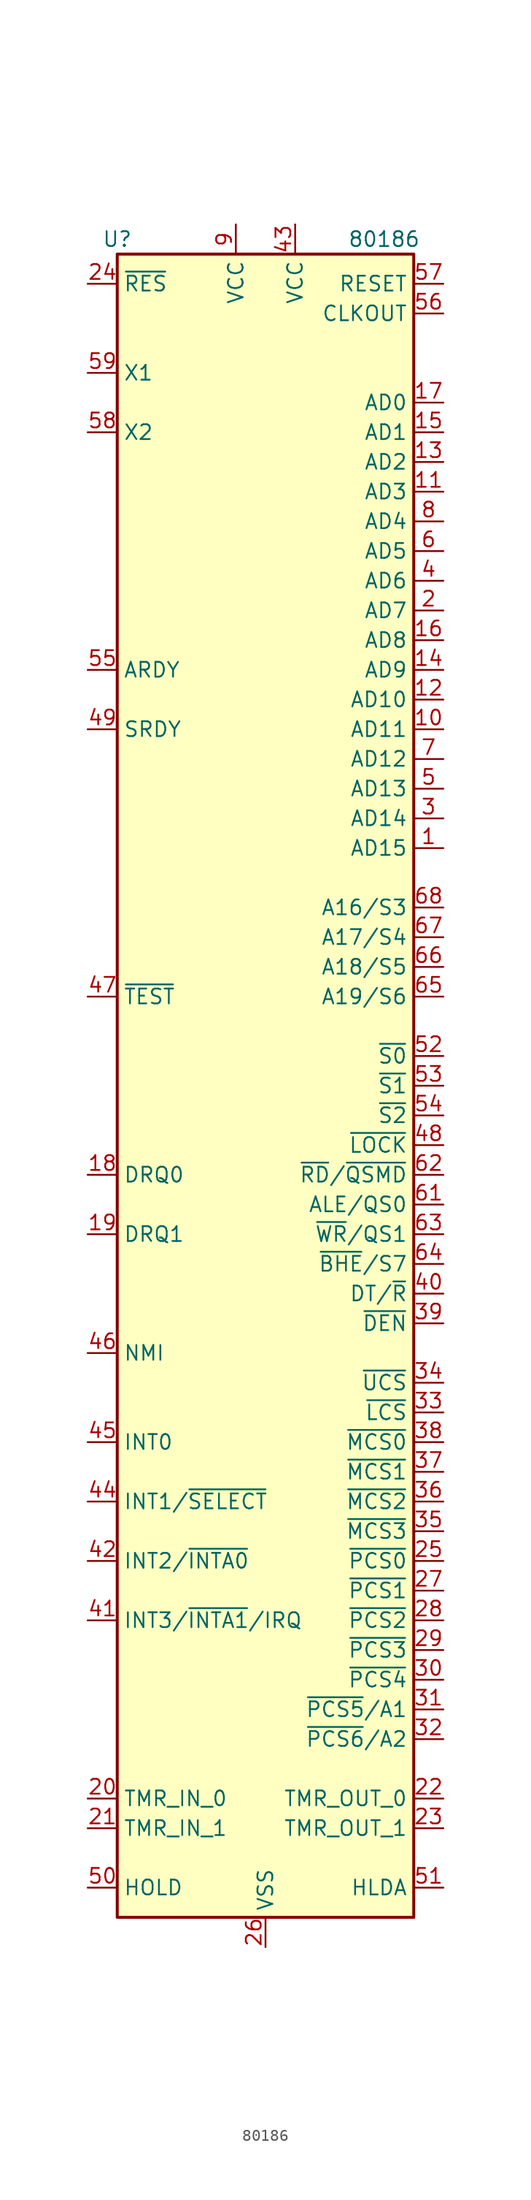
<source format=kicad_sym>
(kicad_symbol_lib
  (version 20201005)
  (generator kicad_symbol_editor)
  (symbol "80186"
    (property "Reference" "U"
      (at -12.7 72.39 0)
      (effects (font (size 1.27 1.27))))
    (property "Value" "80186"
      (at 10.16 72.39 0)
      (effects (font (size 1.27 1.27))))
    (symbol "80186_0_1"
      (rectangle (start 12.7 -71.12) (end -12.7 71.12) (stroke (width 0.254)) (fill (type background))))
    (symbol "80186_1_1"
      (pin bidirectional line (at 15.24 20.32 180) (length 2.54) (name "AD15" (effects (font (size 1.27 1.27)))) (number "1" (effects (font (size 1.27 1.27)))))
      (pin bidirectional line (at 15.24 30.48 180) (length 2.54) (name "AD11" (effects (font (size 1.27 1.27)))) (number "10" (effects (font (size 1.27 1.27)))))
      (pin bidirectional line (at 15.24 50.8 180) (length 2.54) (name "AD3" (effects (font (size 1.27 1.27)))) (number "11" (effects (font (size 1.27 1.27)))))
      (pin bidirectional line (at 15.24 33.02 180) (length 2.54) (name "AD10" (effects (font (size 1.27 1.27)))) (number "12" (effects (font (size 1.27 1.27)))))
      (pin bidirectional line (at 15.24 53.34 180) (length 2.54) (name "AD2" (effects (font (size 1.27 1.27)))) (number "13" (effects (font (size 1.27 1.27)))))
      (pin bidirectional line (at 15.24 35.56 180) (length 2.54) (name "AD9" (effects (font (size 1.27 1.27)))) (number "14" (effects (font (size 1.27 1.27)))))
      (pin bidirectional line (at 15.24 55.88 180) (length 2.54) (name "AD1" (effects (font (size 1.27 1.27)))) (number "15" (effects (font (size 1.27 1.27)))))
      (pin bidirectional line (at 15.24 38.1 180) (length 2.54) (name "AD8" (effects (font (size 1.27 1.27)))) (number "16" (effects (font (size 1.27 1.27)))))
      (pin bidirectional line (at 15.24 58.42 180) (length 2.54) (name "AD0" (effects (font (size 1.27 1.27)))) (number "17" (effects (font (size 1.27 1.27)))))
      (pin input line (at -15.24 -7.62 0) (length 2.54) (name "DRQ0" (effects (font (size 1.27 1.27)))) (number "18" (effects (font (size 1.27 1.27)))))
      (pin input line (at -15.24 -12.7 0) (length 2.54) (name "DRQ1" (effects (font (size 1.27 1.27)))) (number "19" (effects (font (size 1.27 1.27)))))
      (pin bidirectional line (at 15.24 40.64 180) (length 2.54) (name "AD7" (effects (font (size 1.27 1.27)))) (number "2" (effects (font (size 1.27 1.27)))))
      (pin input line (at -15.24 -60.96 0) (length 2.54) (name "TMR_IN_0" (effects (font (size 1.27 1.27)))) (number "20" (effects (font (size 1.27 1.27)))))
      (pin input line (at -15.24 -63.5 0) (length 2.54) (name "TMR_IN_1" (effects (font (size 1.27 1.27)))) (number "21" (effects (font (size 1.27 1.27)))))
      (pin output line (at 15.24 -60.96 180) (length 2.54) (name "TMR_OUT_0" (effects (font (size 1.27 1.27)))) (number "22" (effects (font (size 1.27 1.27)))))
      (pin output line (at 15.24 -63.5 180) (length 2.54) (name "TMR_OUT_1" (effects (font (size 1.27 1.27)))) (number "23" (effects (font (size 1.27 1.27)))))
      (pin input line (at -15.24 68.58 0) (length 2.54) (name "~RES~" (effects (font (size 1.27 1.27)))) (number "24" (effects (font (size 1.27 1.27)))))
      (pin output line (at 15.24 -40.64 180) (length 2.54) (name "~PCS0~" (effects (font (size 1.27 1.27)))) (number "25" (effects (font (size 1.27 1.27)))))
      (pin power_in line (at 0 -73.66 90) (length 2.54) (name "VSS" (effects (font (size 1.27 1.27)))) (number "26" (effects (font (size 1.27 1.27)))))
      (pin output line (at 15.24 -43.18 180) (length 2.54) (name "~PCS1~" (effects (font (size 1.27 1.27)))) (number "27" (effects (font (size 1.27 1.27)))))
      (pin output line (at 15.24 -45.72 180) (length 2.54) (name "~PCS2~" (effects (font (size 1.27 1.27)))) (number "28" (effects (font (size 1.27 1.27)))))
      (pin output line (at 15.24 -48.26 180) (length 2.54) (name "~PCS3~" (effects (font (size 1.27 1.27)))) (number "29" (effects (font (size 1.27 1.27)))))
      (pin bidirectional line (at 15.24 22.86 180) (length 2.54) (name "AD14" (effects (font (size 1.27 1.27)))) (number "3" (effects (font (size 1.27 1.27)))))
      (pin output line (at 15.24 -50.8 180) (length 2.54) (name "~PCS4~" (effects (font (size 1.27 1.27)))) (number "30" (effects (font (size 1.27 1.27)))))
      (pin output line (at 15.24 -53.34 180) (length 2.54) (name "~PCS5~/A1" (effects (font (size 1.27 1.27)))) (number "31" (effects (font (size 1.27 1.27)))))
      (pin output line (at 15.24 -55.88 180) (length 2.54) (name "~PCS6~/A2" (effects (font (size 1.27 1.27)))) (number "32" (effects (font (size 1.27 1.27)))))
      (pin output line (at 15.24 -27.94 180) (length 2.54) (name "~LCS~" (effects (font (size 1.27 1.27)))) (number "33" (effects (font (size 1.27 1.27)))))
      (pin output line (at 15.24 -25.4 180) (length 2.54) (name "~UCS~" (effects (font (size 1.27 1.27)))) (number "34" (effects (font (size 1.27 1.27)))))
      (pin output line (at 15.24 -38.1 180) (length 2.54) (name "~MCS3~" (effects (font (size 1.27 1.27)))) (number "35" (effects (font (size 1.27 1.27)))))
      (pin output line (at 15.24 -35.56 180) (length 2.54) (name "~MCS2~" (effects (font (size 1.27 1.27)))) (number "36" (effects (font (size 1.27 1.27)))))
      (pin output line (at 15.24 -33.02 180) (length 2.54) (name "~MCS1~" (effects (font (size 1.27 1.27)))) (number "37" (effects (font (size 1.27 1.27)))))
      (pin output line (at 15.24 -30.48 180) (length 2.54) (name "~MCS0~" (effects (font (size 1.27 1.27)))) (number "38" (effects (font (size 1.27 1.27)))))
      (pin output line (at 15.24 -20.32 180) (length 2.54) (name "~DEN~" (effects (font (size 1.27 1.27)))) (number "39" (effects (font (size 1.27 1.27)))))
      (pin bidirectional line (at 15.24 43.18 180) (length 2.54) (name "AD6" (effects (font (size 1.27 1.27)))) (number "4" (effects (font (size 1.27 1.27)))))
      (pin output line (at 15.24 -17.78 180) (length 2.54) (name "DT/~R~" (effects (font (size 1.27 1.27)))) (number "40" (effects (font (size 1.27 1.27)))))
      (pin bidirectional line (at -15.24 -45.72 0) (length 2.54) (name "INT3/~INTA1~/IRQ" (effects (font (size 1.27 1.27)))) (number "41" (effects (font (size 1.27 1.27)))))
      (pin bidirectional line (at -15.24 -40.64 0) (length 2.54) (name "INT2/~INTA0~" (effects (font (size 1.27 1.27)))) (number "42" (effects (font (size 1.27 1.27)))))
      (pin power_in line (at 2.54 73.66 270) (length 2.54) (name "VCC" (effects (font (size 1.27 1.27)))) (number "43" (effects (font (size 1.27 1.27)))))
      (pin input line (at -15.24 -35.56 0) (length 2.54) (name "INT1/~SELECT~" (effects (font (size 1.27 1.27)))) (number "44" (effects (font (size 1.27 1.27)))))
      (pin input line (at -15.24 -30.48 0) (length 2.54) (name "INT0" (effects (font (size 1.27 1.27)))) (number "45" (effects (font (size 1.27 1.27)))))
      (pin input line (at -15.24 -22.86 0) (length 2.54) (name "NMI" (effects (font (size 1.27 1.27)))) (number "46" (effects (font (size 1.27 1.27)))))
      (pin bidirectional line (at -15.24 7.62 0) (length 2.54) (name "~TEST~" (effects (font (size 1.27 1.27)))) (number "47" (effects (font (size 1.27 1.27)))))
      (pin output line (at 15.24 -5.08 180) (length 2.54) (name "~LOCK~" (effects (font (size 1.27 1.27)))) (number "48" (effects (font (size 1.27 1.27)))))
      (pin input line (at -15.24 30.48 0) (length 2.54) (name "SRDY" (effects (font (size 1.27 1.27)))) (number "49" (effects (font (size 1.27 1.27)))))
      (pin bidirectional line (at 15.24 25.4 180) (length 2.54) (name "AD13" (effects (font (size 1.27 1.27)))) (number "5" (effects (font (size 1.27 1.27)))))
      (pin input line (at -15.24 -68.58 0) (length 2.54) (name "HOLD" (effects (font (size 1.27 1.27)))) (number "50" (effects (font (size 1.27 1.27)))))
      (pin output line (at 15.24 -68.58 180) (length 2.54) (name "HLDA" (effects (font (size 1.27 1.27)))) (number "51" (effects (font (size 1.27 1.27)))))
      (pin output line (at 15.24 2.54 180) (length 2.54) (name "~S0~" (effects (font (size 1.27 1.27)))) (number "52" (effects (font (size 1.27 1.27)))))
      (pin output line (at 15.24 0 180) (length 2.54) (name "~S1~" (effects (font (size 1.27 1.27)))) (number "53" (effects (font (size 1.27 1.27)))))
      (pin output line (at 15.24 -2.54 180) (length 2.54) (name "~S2~" (effects (font (size 1.27 1.27)))) (number "54" (effects (font (size 1.27 1.27)))))
      (pin input line (at -15.24 35.56 0) (length 2.54) (name "ARDY" (effects (font (size 1.27 1.27)))) (number "55" (effects (font (size 1.27 1.27)))))
      (pin output line (at 15.24 66.04 180) (length 2.54) (name "CLKOUT" (effects (font (size 1.27 1.27)))) (number "56" (effects (font (size 1.27 1.27)))))
      (pin output line (at 15.24 68.58 180) (length 2.54) (name "RESET" (effects (font (size 1.27 1.27)))) (number "57" (effects (font (size 1.27 1.27)))))
      (pin output line (at -15.24 55.88 0) (length 2.54) (name "X2" (effects (font (size 1.27 1.27)))) (number "58" (effects (font (size 1.27 1.27)))))
      (pin input line (at -15.24 60.96 0) (length 2.54) (name "X1" (effects (font (size 1.27 1.27)))) (number "59" (effects (font (size 1.27 1.27)))))
      (pin bidirectional line (at 15.24 45.72 180) (length 2.54) (name "AD5" (effects (font (size 1.27 1.27)))) (number "6" (effects (font (size 1.27 1.27)))))
      (pin passive line (at 0 -73.66 90) (length 2.54) hide (name "VSS" (effects (font (size 1.27 1.27)))) (number "60" (effects (font (size 1.27 1.27)))))
      (pin output line (at 15.24 -10.16 180) (length 2.54) (name "ALE/QS0" (effects (font (size 1.27 1.27)))) (number "61" (effects (font (size 1.27 1.27)))))
      (pin output line (at 15.24 -7.62 180) (length 2.54) (name "~RD~/~QSMD~" (effects (font (size 1.27 1.27)))) (number "62" (effects (font (size 1.27 1.27)))))
      (pin output line (at 15.24 -12.7 180) (length 2.54) (name "~WR~/QS1" (effects (font (size 1.27 1.27)))) (number "63" (effects (font (size 1.27 1.27)))))
      (pin output line (at 15.24 -15.24 180) (length 2.54) (name "~BHE~/S7" (effects (font (size 1.27 1.27)))) (number "64" (effects (font (size 1.27 1.27)))))
      (pin output line (at 15.24 7.62 180) (length 2.54) (name "A19/S6" (effects (font (size 1.27 1.27)))) (number "65" (effects (font (size 1.27 1.27)))))
      (pin output line (at 15.24 10.16 180) (length 2.54) (name "A18/S5" (effects (font (size 1.27 1.27)))) (number "66" (effects (font (size 1.27 1.27)))))
      (pin output line (at 15.24 12.7 180) (length 2.54) (name "A17/S4" (effects (font (size 1.27 1.27)))) (number "67" (effects (font (size 1.27 1.27)))))
      (pin output line (at 15.24 15.24 180) (length 2.54) (name "A16/S3" (effects (font (size 1.27 1.27)))) (number "68" (effects (font (size 1.27 1.27)))))
      (pin bidirectional line (at 15.24 27.94 180) (length 2.54) (name "AD12" (effects (font (size 1.27 1.27)))) (number "7" (effects (font (size 1.27 1.27)))))
      (pin bidirectional line (at 15.24 48.26 180) (length 2.54) (name "AD4" (effects (font (size 1.27 1.27)))) (number "8" (effects (font (size 1.27 1.27)))))
      (pin power_in line (at -2.54 73.66 270) (length 2.54) (name "VCC" (effects (font (size 1.27 1.27)))) (number "9" (effects (font (size 1.27 1.27))))))))
</source>
